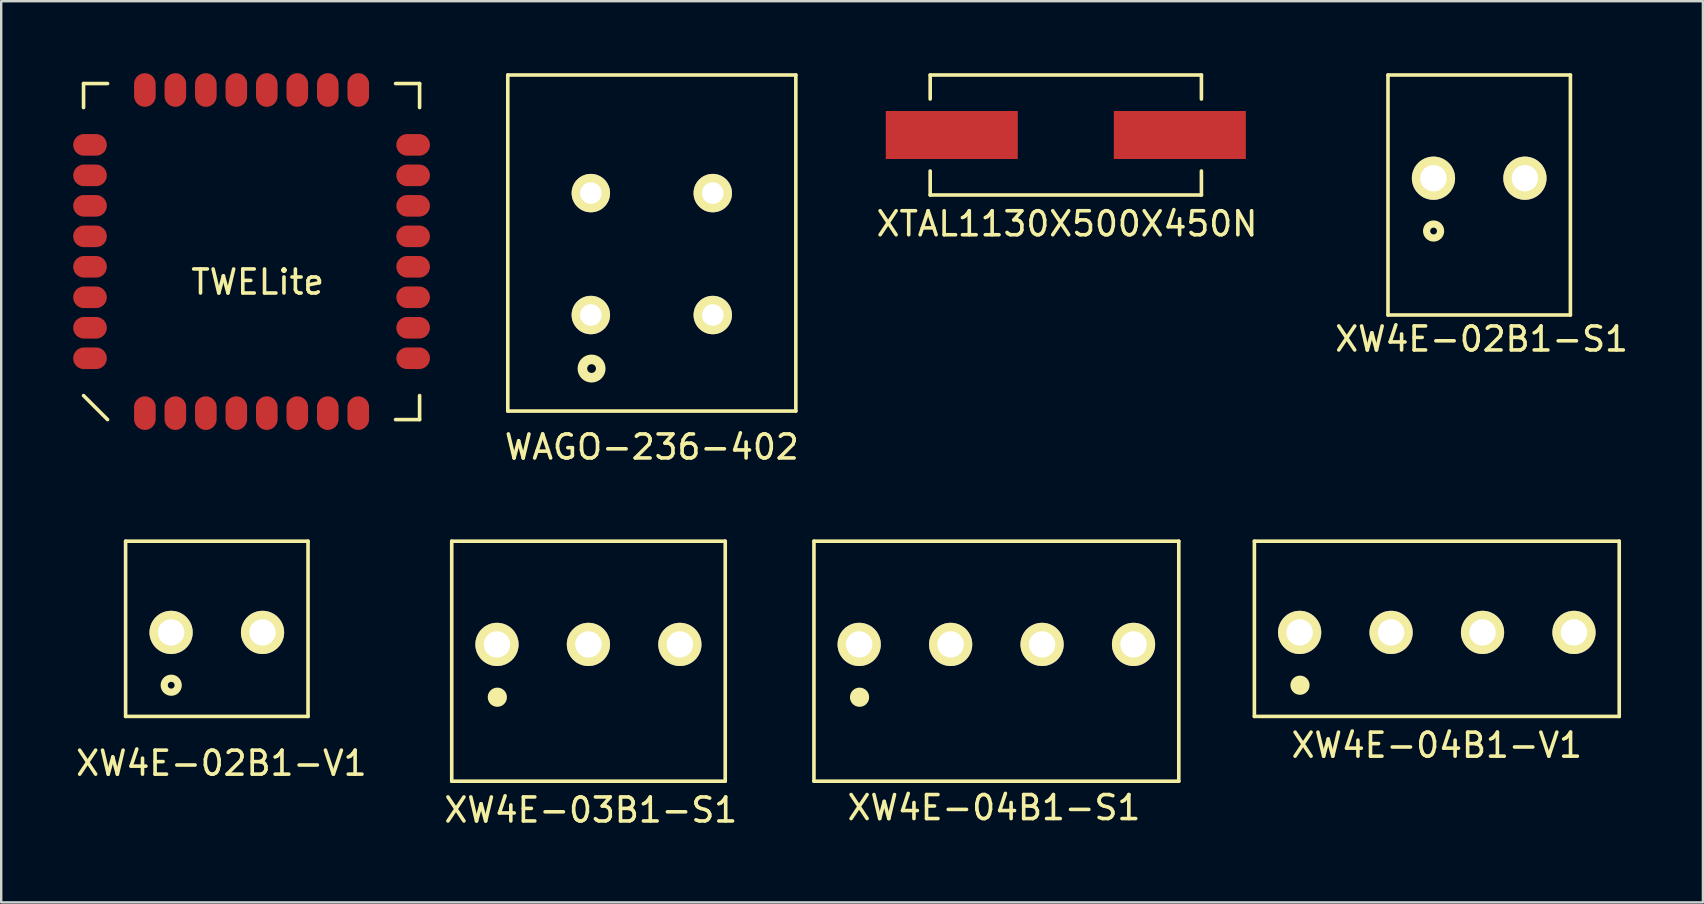
<source format=kicad_pcb>
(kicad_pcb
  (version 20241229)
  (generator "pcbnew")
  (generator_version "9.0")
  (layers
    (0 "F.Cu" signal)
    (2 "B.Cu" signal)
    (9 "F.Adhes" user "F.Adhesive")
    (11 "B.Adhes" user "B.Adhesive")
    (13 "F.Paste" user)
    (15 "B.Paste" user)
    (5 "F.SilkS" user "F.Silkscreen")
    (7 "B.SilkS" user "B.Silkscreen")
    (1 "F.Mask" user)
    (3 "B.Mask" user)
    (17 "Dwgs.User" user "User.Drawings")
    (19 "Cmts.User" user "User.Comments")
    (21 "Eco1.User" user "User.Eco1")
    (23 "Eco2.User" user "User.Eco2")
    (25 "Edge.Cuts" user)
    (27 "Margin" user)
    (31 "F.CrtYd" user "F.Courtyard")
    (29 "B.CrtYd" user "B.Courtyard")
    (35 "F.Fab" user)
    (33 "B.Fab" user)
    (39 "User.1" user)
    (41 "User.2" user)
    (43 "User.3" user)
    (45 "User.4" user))
  (footprint "XW4E-02B1-V1"
    (layer "F.Cu")
    (at 5.983 23.298)
    (property "Reference" "XW4E-02B1-V1" (at 0.19 5.45 0) (layer "F.SilkS") (effects (font (size 1 1) (thickness 0.15))))
    (attr through_hole)
    (fp_line (start -3.8 -3.8) (end -3.8 3.5) (stroke (width 0.15) (type solid)) (layer "F.SilkS"))
    (fp_line (start -3.8 3.5) (end 3.8 3.5) (stroke (width 0.15) (type solid)) (layer "F.SilkS"))
    (fp_line (start 3.8 -3.8) (end -3.8 -3.8) (stroke (width 0.15) (type solid)) (layer "F.SilkS"))
    (fp_line (start 3.8 3.5) (end 3.8 -3.8) (stroke (width 0.15) (type solid)) (layer "F.SilkS"))
    (fp_circle (center -1.9 2.2) (end -1.8 2.3) (stroke (width 0.3) (type solid)) (fill no) (layer "F.SilkS"))
    (pad "1" thru_hole circle (at -1.905 0) (size 1.8 1.8) (drill 1.1) (layers "*.Cu" "*.Mask" "F.SilkS"))
    (pad "2" thru_hole circle (at 1.905 0) (size 1.8 1.8) (drill 1.1) (layers "*.Cu" "*.Mask" "F.SilkS")))
  (footprint "XW4E-02B1-S1"
    (layer "F.Cu")
    (at 58.577 4.375)
    (property "Reference" "XW4E-02B1-S1" (at 0.1 6.7 0) (layer "F.SilkS") (effects (font (size 1 1) (thickness 0.15))))
    (attr through_hole)
    (fp_line (start -3.8 -4.3) (end 3.8 -4.3) (stroke (width 0.15) (type solid)) (layer "F.SilkS"))
    (fp_line (start -3.8 5.7) (end -3.8 -4.3) (stroke (width 0.15) (type solid)) (layer "F.SilkS"))
    (fp_line (start -3.8 5.7) (end 3.8 5.7) (stroke (width 0.15) (type solid)) (layer "F.SilkS"))
    (fp_line (start 3.8 -4.3) (end 3.8 5.7) (stroke (width 0.15) (type solid)) (layer "F.SilkS"))
    (fp_circle (center -1.9 2.2) (end -1.8 2.3) (stroke (width 0.3) (type solid)) (fill no) (layer "F.SilkS"))
    (pad "1" thru_hole circle (at -1.905 0) (size 1.8 1.8) (drill 1.1) (layers "*.Cu" "*.Mask" "F.SilkS"))
    (pad "2" thru_hole circle (at 1.905 0) (size 1.8 1.8) (drill 1.1) (layers "*.Cu" "*.Mask" "F.SilkS")))
  (footprint "TWELite"
    (layer "F.Cu")
    (at 7.431 7.431)
    (property "Reference" "TWELite" (at 0.254 1.27 0) (layer "F.SilkS") (effects (font (size 1 1) (thickness 0.15))))
    (attr through_hole)
    (fp_line (start -7 -7) (end -7 -6) (stroke (width 0.15) (type solid)) (layer "F.SilkS"))
    (fp_line (start -7 -7) (end -6 -7) (stroke (width 0.15) (type solid)) (layer "F.SilkS"))
    (fp_line (start -6 7) (end -7 6) (stroke (width 0.15) (type solid)) (layer "F.SilkS"))
    (fp_line (start 7 -7) (end 6 -7) (stroke (width 0.15) (type solid)) (layer "F.SilkS"))
    (fp_line (start 7 -7) (end 7 -6) (stroke (width 0.15) (type solid)) (layer "F.SilkS"))
    (fp_line (start 7 7) (end 6 7) (stroke (width 0.15) (type solid)) (layer "F.SilkS"))
    (fp_line (start 7 7) (end 7 6) (stroke (width 0.15) (type solid)) (layer "F.SilkS"))
    (pad "1" smd oval (at -4.445 6.731 90) (size 1.4 0.9) (layers "F.Cu" "F.Mask" "F.Paste"))
    (pad "2" smd oval (at -3.175 6.731 90) (size 1.4 0.9) (layers "F.Cu" "F.Mask" "F.Paste"))
    (pad "3" smd oval (at -1.905 6.731 90) (size 1.4 0.9) (layers "F.Cu" "F.Mask" "F.Paste"))
    (pad "4" smd oval (at -0.635 6.731 90) (size 1.4 0.9) (layers "F.Cu" "F.Mask" "F.Paste"))
    (pad "5" smd oval (at 0.635 6.731 90) (size 1.4 0.9) (layers "F.Cu" "F.Mask" "F.Paste"))
    (pad "6" smd oval (at 1.905 6.731 90) (size 1.4 0.9) (layers "F.Cu" "F.Mask" "F.Paste"))
    (pad "7" smd oval (at 3.175 6.731 90) (size 1.4 0.9) (layers "F.Cu" "F.Mask" "F.Paste"))
    (pad "8" smd oval (at 4.445 6.731 90) (size 1.4 0.9) (layers "F.Cu" "F.Mask" "F.Paste"))
    (pad "9" smd oval (at 6.731 4.445) (size 1.4 0.9) (layers "F.Cu" "F.Mask" "F.Paste"))
    (pad "10" smd oval (at 6.731 3.175) (size 1.4 0.9) (layers "F.Cu" "F.Mask" "F.Paste"))
    (pad "11" smd oval (at 6.731 1.905) (size 1.4 0.9) (layers "F.Cu" "F.Mask" "F.Paste"))
    (pad "12" smd oval (at 6.731 0.635) (size 1.4 0.9) (layers "F.Cu" "F.Mask" "F.Paste"))
    (pad "13" smd oval (at 6.731 -0.635) (size 1.4 0.9) (layers "F.Cu" "F.Mask" "F.Paste"))
    (pad "14" smd oval (at 6.731 -1.905) (size 1.4 0.9) (layers "F.Cu" "F.Mask" "F.Paste"))
    (pad "15" smd oval (at 6.731 -3.175) (size 1.4 0.9) (layers "F.Cu" "F.Mask" "F.Paste"))
    (pad "16" smd oval (at 6.731 -4.445) (size 1.4 0.9) (layers "F.Cu" "F.Mask" "F.Paste"))
    (pad "17" smd oval (at 4.445 -6.731 90) (size 1.4 0.9) (layers "F.Cu" "F.Mask" "F.Paste"))
    (pad "18" smd oval (at 3.175 -6.731 90) (size 1.4 0.9) (layers "F.Cu" "F.Mask" "F.Paste"))
    (pad "19" smd oval (at 1.905 -6.731 90) (size 1.4 0.9) (layers "F.Cu" "F.Mask" "F.Paste"))
    (pad "20" smd oval (at 0.635 -6.731 90) (size 1.4 0.9) (layers "F.Cu" "F.Mask" "F.Paste"))
    (pad "21" smd oval (at -0.635 -6.731 90) (size 1.4 0.9) (layers "F.Cu" "F.Mask" "F.Paste"))
    (pad "22" smd oval (at -1.905 -6.731 90) (size 1.4 0.9) (layers "F.Cu" "F.Mask" "F.Paste"))
    (pad "23" smd oval (at -3.175 -6.731 90) (size 1.4 0.9) (layers "F.Cu" "F.Mask" "F.Paste"))
    (pad "24" smd oval (at -4.445 -6.731 90) (size 1.4 0.9) (layers "F.Cu" "F.Mask" "F.Paste"))
    (pad "25" smd oval (at -6.731 -4.445) (size 1.4 0.9) (layers "F.Cu" "F.Mask" "F.Paste"))
    (pad "26" smd oval (at -6.731 -3.175) (size 1.4 0.9) (layers "F.Cu" "F.Mask" "F.Paste"))
    (pad "27" smd oval (at -6.731 -1.905) (size 1.4 0.9) (layers "F.Cu" "F.Mask" "F.Paste"))
    (pad "28" smd oval (at -6.731 -0.635) (size 1.4 0.9) (layers "F.Cu" "F.Mask" "F.Paste"))
    (pad "29" smd oval (at -6.731 0.635) (size 1.4 0.9) (layers "F.Cu" "F.Mask" "F.Paste"))
    (pad "30" smd oval (at -6.731 1.905) (size 1.4 0.9) (layers "F.Cu" "F.Mask" "F.Paste"))
    (pad "31" smd oval (at -6.731 3.175) (size 1.4 0.9) (layers "F.Cu" "F.Mask" "F.Paste"))
    (pad "32" smd oval (at -6.731 4.445) (size 1.4 0.9) (layers "F.Cu" "F.Mask" "F.Paste")))
  (footprint "XW4E-04B1-V1"
    (layer "F.Cu")
    (at 56.811 23.298)
    (property "Reference" "XW4E-04B1-V1" (at 0 4.7 0) (layer "F.SilkS") (effects (font (size 1 1) (thickness 0.15))))
    (attr through_hole)
    (fp_line (start -7.6 -3.8) (end -7.6 3.5) (stroke (width 0.15) (type solid)) (layer "F.SilkS"))
    (fp_line (start -7.6 3.5) (end 7.6 3.5) (stroke (width 0.15) (type solid)) (layer "F.SilkS"))
    (fp_line (start 7.6 -3.8) (end -7.6 -3.8) (stroke (width 0.15) (type solid)) (layer "F.SilkS"))
    (fp_line (start 7.6 3.5) (end 7.6 -3.8) (stroke (width 0.15) (type solid)) (layer "F.SilkS"))
    (fp_circle (center -5.7 2.2) (end -5.5 2.2) (stroke (width 0.4) (type solid)) (fill no) (layer "F.SilkS"))
    (pad "1" thru_hole circle (at -5.715 0) (size 1.8 1.8) (drill 1.1) (layers "*.Cu" "*.Mask" "F.SilkS"))
    (pad "2" thru_hole circle (at -1.905 0) (size 1.8 1.8) (drill 1.1) (layers "*.Cu" "*.Mask" "F.SilkS"))
    (pad "3" thru_hole circle (at 1.905 0) (size 1.8 1.8) (drill 1.1) (layers "*.Cu" "*.Mask" "F.SilkS"))
    (pad "4" thru_hole circle (at 5.715 0) (size 1.8 1.8) (drill 1.1) (layers "*.Cu" "*.Mask" "F.SilkS")))
  (footprint "XW4E-04B1-S1"
    (layer "F.Cu")
    (at 38.461 23.798)
    (property "Reference" "XW4E-04B1-S1" (at -0.1 6.8 0) (layer "F.SilkS") (effects (font (size 1 1) (thickness 0.15))))
    (attr through_hole)
    (fp_line (start -7.6 -4.3) (end 7.6 -4.3) (stroke (width 0.15) (type solid)) (layer "F.SilkS"))
    (fp_line (start -7.6 5.7) (end -7.6 -4.3) (stroke (width 0.15) (type solid)) (layer "F.SilkS"))
    (fp_line (start -7.6 5.7) (end 7.6 5.7) (stroke (width 0.15) (type solid)) (layer "F.SilkS"))
    (fp_line (start 7.6 -4.3) (end 7.6 5.7) (stroke (width 0.15) (type solid)) (layer "F.SilkS"))
    (fp_circle (center -5.7 2.2) (end -5.5 2.2) (stroke (width 0.4) (type solid)) (fill no) (layer "F.SilkS"))
    (pad "1" thru_hole circle (at -5.715 0) (size 1.8 1.8) (drill 1.1) (layers "*.Cu" "*.Mask" "F.SilkS"))
    (pad "2" thru_hole circle (at -1.905 0) (size 1.8 1.8) (drill 1.1) (layers "*.Cu" "*.Mask" "F.SilkS"))
    (pad "3" thru_hole circle (at 1.905 0) (size 1.8 1.8) (drill 1.1) (layers "*.Cu" "*.Mask" "F.SilkS"))
    (pad "4" thru_hole circle (at 5.715 0) (size 1.8 1.8) (drill 1.1) (layers "*.Cu" "*.Mask" "F.SilkS")))
  (footprint "XW4E-03B1-S1"
    (layer "F.Cu")
    (at 21.465 23.798)
    (property "Reference" "XW4E-03B1-S1" (at 0.1 6.9 0) (layer "F.SilkS") (effects (font (size 1 1) (thickness 0.15))))
    (attr through_hole)
    (fp_line (start -5.695 -4.3) (end 5.7 -4.3) (stroke (width 0.15) (type solid)) (layer "F.SilkS"))
    (fp_line (start -5.695 5.7) (end -5.695 -4.3) (stroke (width 0.15) (type solid)) (layer "F.SilkS"))
    (fp_line (start -5.695 5.7) (end 5.7 5.7) (stroke (width 0.15) (type solid)) (layer "F.SilkS"))
    (fp_line (start 5.7 -4.3) (end 5.7 5.7) (stroke (width 0.15) (type solid)) (layer "F.SilkS"))
    (fp_circle (center -3.795 2.2) (end -3.595 2.2) (stroke (width 0.4) (type solid)) (fill no) (layer "F.SilkS"))
    (pad "1" thru_hole circle (at -3.81 0) (size 1.8 1.8) (drill 1.1) (layers "*.Cu" "*.Mask" "F.SilkS"))
    (pad "2" thru_hole circle (at 0 0) (size 1.8 1.8) (drill 1.1) (layers "*.Cu" "*.Mask" "F.SilkS"))
    (pad "3" thru_hole circle (at 3.81 0) (size 1.8 1.8) (drill 1.1) (layers "*.Cu" "*.Mask" "F.SilkS")))
  (footprint "XTAL1130X500X450N"
    (placed yes)
    (layer "F.Cu")
    (at 41.354 2.575)
    (property "Reference" "XTAL1130X500X450N" (at 0.05 3.7 0) (layer "F.SilkS") (effects (font (size 1 1) (thickness 0.15))))
    (attr through_hole)
    (fp_line (start -5.65 -2.5) (end -5.65 -1.5) (stroke (width 0.15) (type solid)) (layer "F.SilkS"))
    (fp_line (start -5.65 -2.5) (end 5.65 -2.5) (stroke (width 0.15) (type solid)) (layer "F.SilkS"))
    (fp_line (start -5.65 2.5) (end -5.65 1.5) (stroke (width 0.15) (type solid)) (layer "F.SilkS"))
    (fp_line (start -5.65 2.5) (end 5.65 2.5) (stroke (width 0.15) (type solid)) (layer "F.SilkS"))
    (fp_line (start 5.65 -2.5) (end 5.65 -1.5) (stroke (width 0.15) (type solid)) (layer "F.SilkS"))
    (fp_line (start 5.65 2.5) (end 5.65 1.5) (stroke (width 0.15) (type solid)) (layer "F.SilkS"))
    (pad "1" smd rect (at -4.75 0) (size 5.5 2) (layers "F.Cu" "F.Mask" "F.Paste"))
    (pad "2" smd rect (at 4.75 0) (size 5.5 2) (layers "F.Cu" "F.Mask" "F.Paste")))
  (footprint "WAGO-236-402"
    (layer "F.Cu")
    (at 24.106 10.075)
    (property "Reference" "WAGO-236-402" (at 0 5.5 0) (layer "F.SilkS") (effects (font (size 1 1) (thickness 0.15))))
    (attr through_hole)
    (fp_line (start -6 -10) (end -6 4) (stroke (width 0.15) (type solid)) (layer "F.SilkS"))
    (fp_line (start -6 4) (end 6 4) (stroke (width 0.15) (type solid)) (layer "F.SilkS"))
    (fp_line (start 6 -10) (end -6 -10) (stroke (width 0.15) (type solid)) (layer "F.SilkS"))
    (fp_line (start 6 4) (end 6 -10) (stroke (width 0.15) (type solid)) (layer "F.SilkS"))
    (fp_circle (center -2.51 2.23) (end -2.33 2.26) (stroke (width 0.4) (type solid)) (fill no) (layer "F.SilkS"))
    (pad "" thru_hole circle (at -2.54 -5.08) (size 1.6 1.6) (drill 0.9) (layers "*.Cu" "*.Mask" "F.SilkS"))
    (pad "" thru_hole circle (at 2.54 -5.08) (size 1.6 1.6) (drill 0.9) (layers "*.Cu" "*.Mask" "F.SilkS"))
    (pad "1" thru_hole circle (at -2.54 0) (size 1.6 1.6) (drill 0.9) (layers "*.Cu" "*.Mask" "F.SilkS"))
    (pad "2" thru_hole circle (at 2.54 0) (size 1.6 1.6) (drill 0.9) (layers "*.Cu" "*.Mask" "F.SilkS")))
  (gr_rect
    (start -3 -3)
    (end 67.898 34.547)
    (stroke (width 0.1) (type default))
    (fill no)
    (layer "Edge.Cuts")))
</source>
